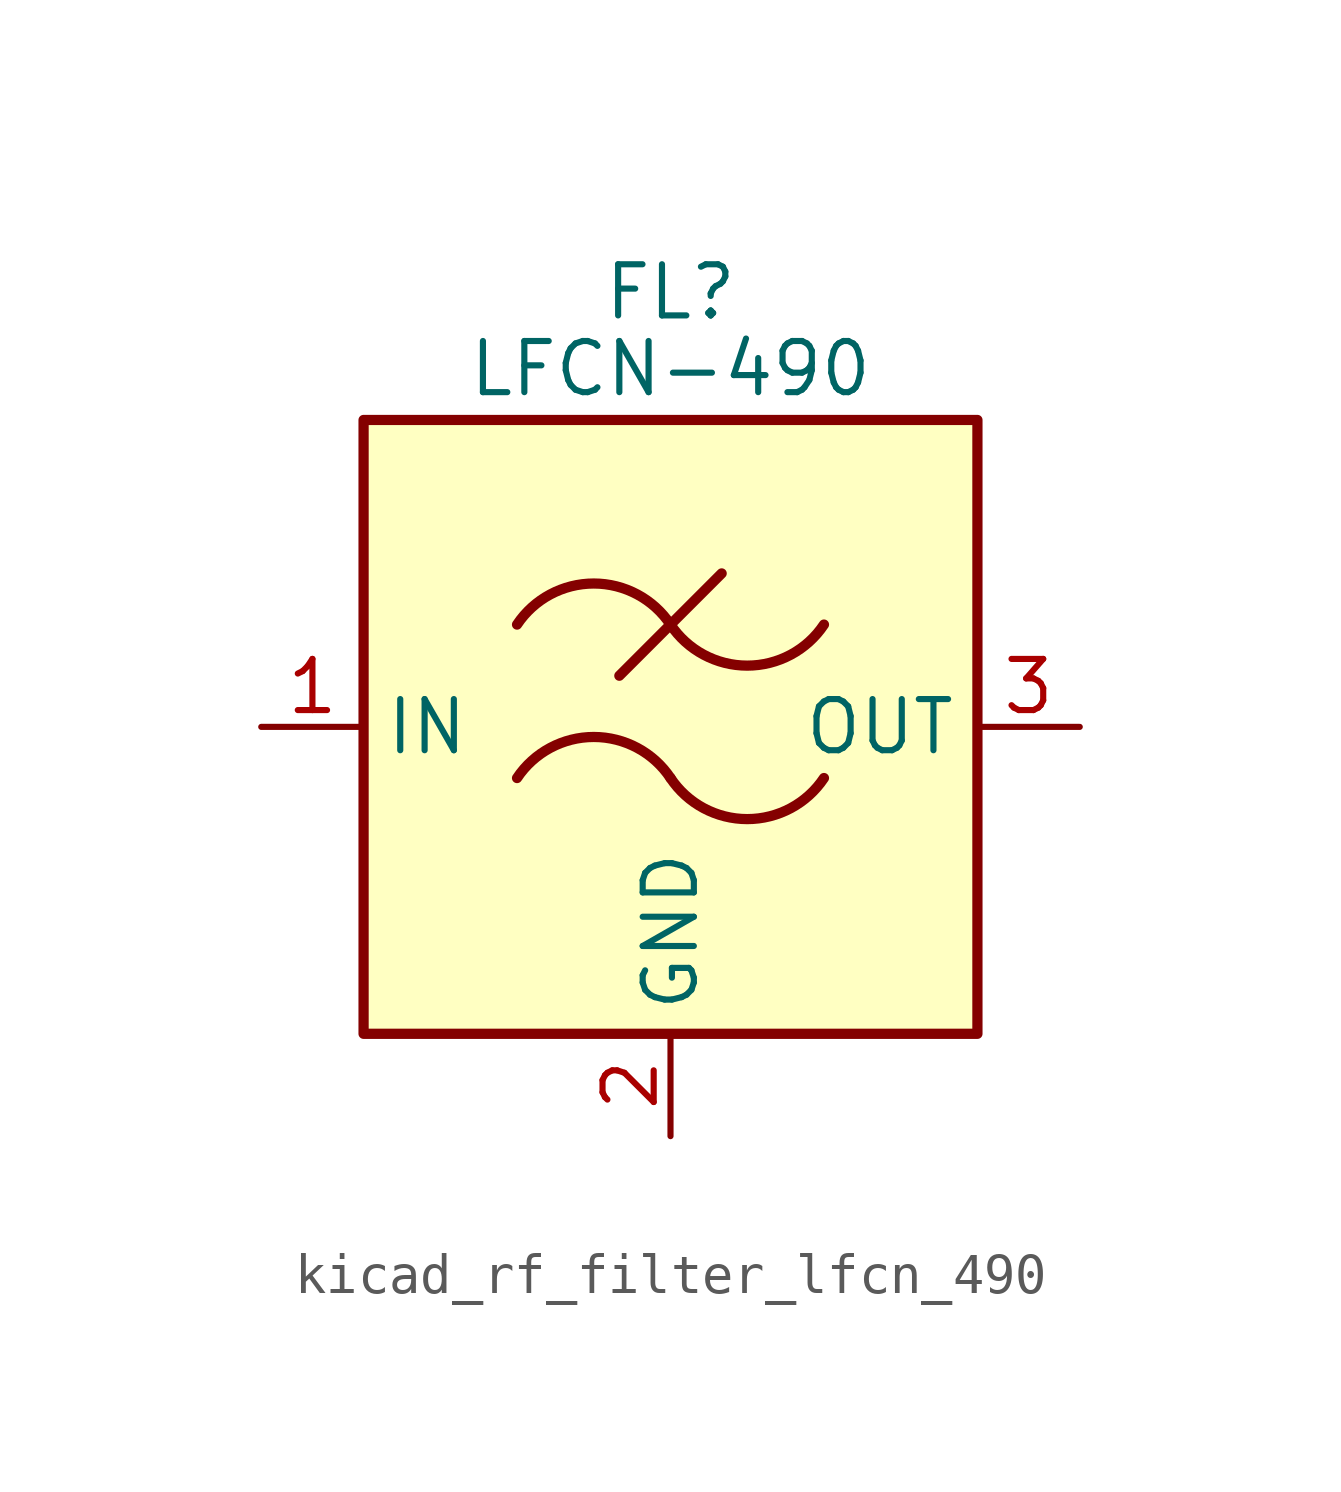
<source format=kicad_sym>
(kicad_symbol_lib
  (version 20220914)
  (generator kicad_symbol_editor)
  (symbol "kicad_rf_filter_lfcn_490"
    (property "Reference" "FL"
      (at 0 10.795 0)
      (effects (font (size 1.27 1.27))))
    (property "Value" "LFCN-490"
      (at 0 8.89 0)
      (effects (font (size 1.27 1.27))))
    (symbol "kicad_rf_filter_lfcn_490_0_1"
      (rectangle (start -7.62 7.62) (end 7.62 -7.62) (stroke (width 0.254) (type default)) (fill (type background)))
      (arc (start 0 -1.27) (mid -1.905 -0.2505) (end -3.81 -1.27) (stroke (width 0.254) (type default)) (fill (type none)))
      (arc (start 0 -1.27) (mid 1.905 -2.2895) (end 3.81 -1.27) (stroke (width 0.254) (type default)) (fill (type none)))
      (polyline (pts (xy -1.27 1.27) (xy 1.27 3.81)) (stroke (width 0.254) (type default)) (fill (type none)))
      (arc (start 0 2.54) (mid -1.905 3.5595) (end -3.81 2.54) (stroke (width 0.254) (type default)) (fill (type none)))
      (arc (start 0 2.54) (mid 1.905 1.5205) (end 3.81 2.54) (stroke (width 0.254) (type default)) (fill (type none))))
    (symbol "kicad_rf_filter_lfcn_490_1_1"
      (pin passive line (at -10.16 0 0) (length 2.54) (name "IN" (effects (font (size 1.27 1.27)))) (number "1" (effects (font (size 1.27 1.27)))))
      (pin passive line (at 0 -10.16 90) (length 2.54) (name "GND" (effects (font (size 1.27 1.27)))) (number "2" (effects (font (size 1.27 1.27)))))
      (pin passive line (at 10.16 0 180) (length 2.54) (name "OUT" (effects (font (size 1.27 1.27)))) (number "3" (effects (font (size 1.27 1.27)))))
      (pin passive line (at 0 -10.16 90) (length 2.54) hide (name "GND" (effects (font (size 1.27 1.27)))) (number "4" (effects (font (size 1.27 1.27))))))))
</source>
